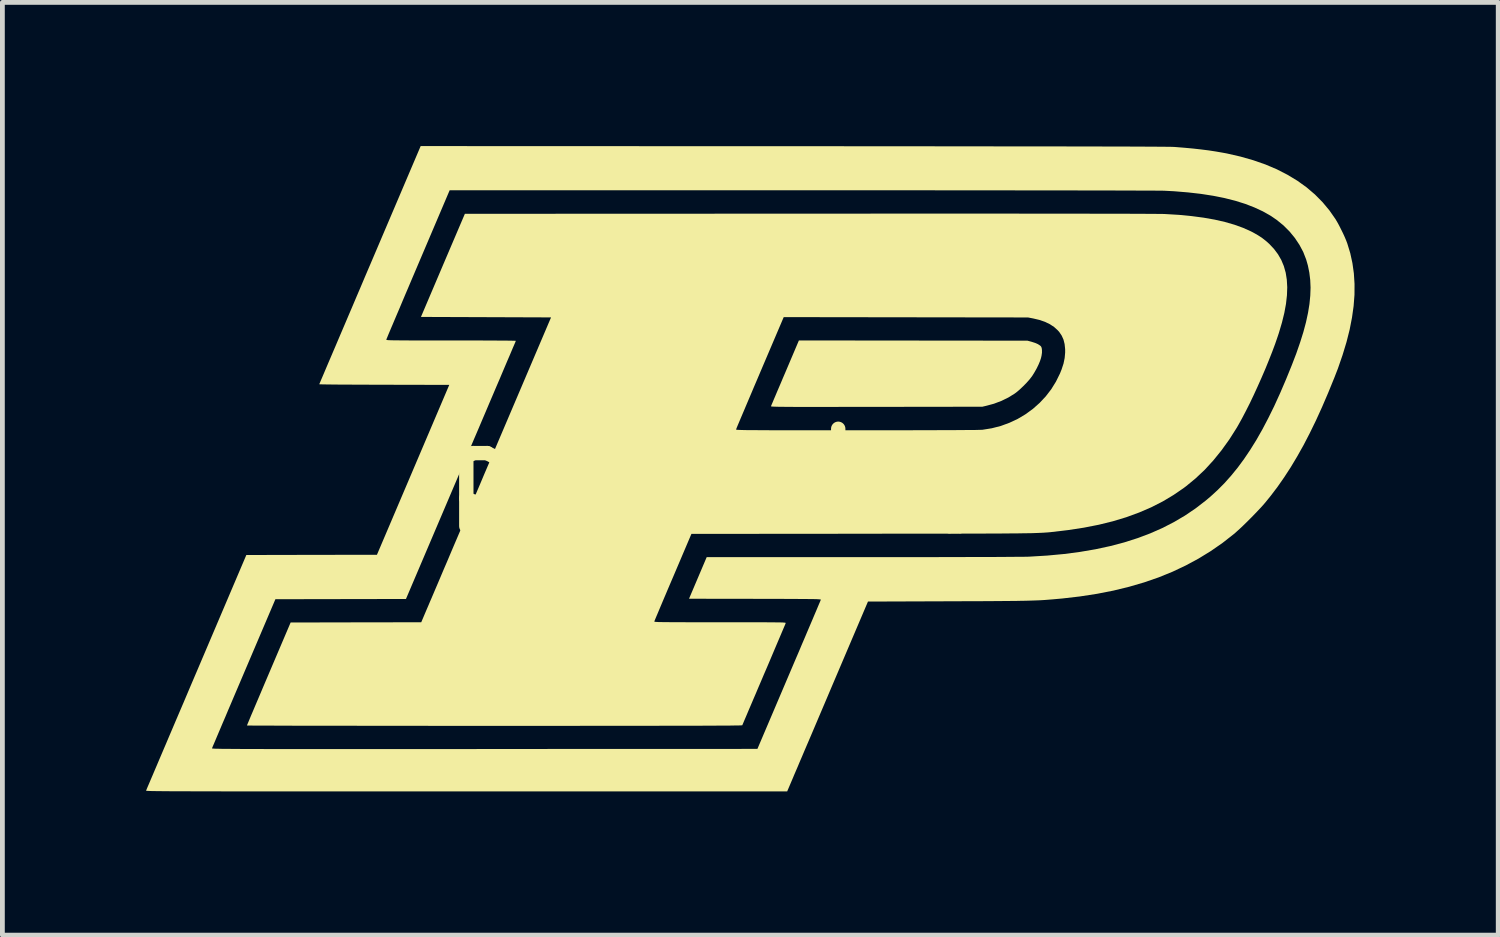
<source format=kicad_pcb>
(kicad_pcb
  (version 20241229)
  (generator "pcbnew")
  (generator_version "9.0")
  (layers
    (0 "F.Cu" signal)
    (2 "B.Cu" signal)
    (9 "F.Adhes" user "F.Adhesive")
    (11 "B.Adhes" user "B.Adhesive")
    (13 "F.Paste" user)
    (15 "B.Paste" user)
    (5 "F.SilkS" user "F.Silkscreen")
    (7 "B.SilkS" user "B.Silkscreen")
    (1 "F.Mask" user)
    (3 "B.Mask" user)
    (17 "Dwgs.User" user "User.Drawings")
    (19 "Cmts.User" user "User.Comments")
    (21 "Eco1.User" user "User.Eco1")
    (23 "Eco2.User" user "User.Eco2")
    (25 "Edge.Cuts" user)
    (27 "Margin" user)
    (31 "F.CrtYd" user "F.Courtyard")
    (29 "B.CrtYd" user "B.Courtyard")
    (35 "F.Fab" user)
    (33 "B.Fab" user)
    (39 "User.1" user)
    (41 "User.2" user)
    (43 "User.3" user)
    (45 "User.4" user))
  (footprint "purduelogo"
    (layer "F.Cu")
    (at 12.673 6.737)
    (property "Reference" "purduelogo" (at 0 0 0) (layer "F.SilkS") (effects (font (size 1.524 1.524) (thickness 0.3))))
    (attr board_only exclude_from_pos_files exclude_from_bom)
    (fp_poly (pts (xy 5.73 -2.674) (xy 5.812 -2.652) (xy 5.887 -2.628) (xy 5.947 -2.602) (xy 5.992 -2.573) (xy 6.012 -2.554) (xy 6.026 -2.523) (xy 6.032 -2.478) (xy 6.032 -2.422) (xy 6.023 -2.36) (xy 6.012 -2.312) (xy 5.991 -2.248) (xy 5.96 -2.174) (xy 5.922 -2.096) (xy 5.879 -2.019) (xy 5.835 -1.948) (xy 5.823 -1.93) (xy 5.772 -1.864) (xy 5.708 -1.792) (xy 5.638 -1.721) (xy 5.566 -1.653) (xy 5.496 -1.594) (xy 5.462 -1.569) (xy 5.331 -1.488) (xy 5.186 -1.417) (xy 5.03 -1.358) (xy 4.879 -1.317) (xy 4.787 -1.295) (xy 2.577 -1.292) (xy 2.331 -1.292) (xy 2.103 -1.292) (xy 1.894 -1.292) (xy 1.702 -1.291) (xy 1.527 -1.291) (xy 1.368 -1.291) (xy 1.224 -1.291) (xy 1.095 -1.291) (xy 0.979 -1.291) (xy 0.877 -1.291) (xy 0.786 -1.292) (xy 0.708 -1.292) (xy 0.639 -1.293) (xy 0.581 -1.293) (xy 0.532 -1.294) (xy 0.491 -1.295) (xy 0.458 -1.296) (xy 0.431 -1.297) (xy 0.411 -1.298) (xy 0.396 -1.299) (xy 0.386 -1.3) (xy 0.379 -1.302) (xy 0.376 -1.304) (xy 0.374 -1.306) (xy 0.375 -1.308) (xy 0.375 -1.308) (xy 0.38 -1.32) (xy 0.392 -1.349) (xy 0.411 -1.393) (xy 0.435 -1.451) (xy 0.465 -1.521) (xy 0.499 -1.602) (xy 0.538 -1.693) (xy 0.58 -1.791) (xy 0.624 -1.896) (xy 0.67 -2.003) (xy 0.957 -2.679)) (stroke (width 0) (type solid)) (fill yes) (layer "F.SilkS"))
    (fp_poly (pts (xy 4.722 -5.327) (xy 5.079 -5.327) (xy 5.419 -5.327) (xy 5.74 -5.326) (xy 6.043 -5.326) (xy 6.328 -5.326) (xy 6.596 -5.326) (xy 6.846 -5.326) (xy 7.079 -5.325) (xy 7.295 -5.325) (xy 7.494 -5.325) (xy 7.676 -5.324) (xy 7.841 -5.324) (xy 7.99 -5.323) (xy 8.122 -5.323) (xy 8.239 -5.322) (xy 8.339 -5.322) (xy 8.424 -5.321) (xy 8.493 -5.32) (xy 8.547 -5.32) (xy 8.585 -5.319) (xy 8.607 -5.318) (xy 8.892 -5.301) (xy 9.159 -5.275) (xy 9.408 -5.242) (xy 9.64 -5.201) (xy 9.854 -5.152) (xy 10.051 -5.095) (xy 10.231 -5.03) (xy 10.394 -4.957) (xy 10.437 -4.935) (xy 10.541 -4.876) (xy 10.632 -4.816) (xy 10.717 -4.749) (xy 10.779 -4.693) (xy 10.877 -4.589) (xy 10.96 -4.478) (xy 11.029 -4.358) (xy 11.082 -4.231) (xy 11.121 -4.093) (xy 11.144 -3.947) (xy 11.153 -3.79) (xy 11.147 -3.622) (xy 11.127 -3.443) (xy 11.092 -3.253) (xy 11.042 -3.05) (xy 10.978 -2.834) (xy 10.957 -2.771) (xy 10.902 -2.611) (xy 10.839 -2.442) (xy 10.769 -2.265) (xy 10.695 -2.083) (xy 10.616 -1.9) (xy 10.535 -1.718) (xy 10.453 -1.539) (xy 10.371 -1.367) (xy 10.289 -1.205) (xy 10.21 -1.054) (xy 10.135 -0.919) (xy 10.1 -0.858) (xy 9.944 -0.612) (xy 9.78 -0.384) (xy 9.609 -0.173) (xy 9.43 0.022) (xy 9.241 0.2) (xy 9.042 0.364) (xy 8.994 0.4) (xy 8.78 0.547) (xy 8.554 0.682) (xy 8.315 0.804) (xy 8.062 0.913) (xy 7.795 1.011) (xy 7.514 1.096) (xy 7.218 1.169) (xy 6.907 1.23) (xy 6.581 1.28) (xy 6.424 1.299) (xy 6.383 1.304) (xy 6.345 1.308) (xy 6.309 1.313) (xy 6.275 1.317) (xy 6.241 1.32) (xy 6.208 1.324) (xy 6.174 1.327) (xy 6.14 1.33) (xy 6.104 1.332) (xy 6.065 1.335) (xy 6.023 1.337) (xy 5.978 1.339) (xy 5.928 1.341) (xy 5.873 1.343) (xy 5.813 1.345) (xy 5.746 1.346) (xy 5.672 1.347) (xy 5.59 1.348) (xy 5.5 1.35) (xy 5.401 1.35) (xy 5.293 1.351) (xy 5.174 1.352) (xy 5.044 1.353) (xy 4.902 1.353) (xy 4.748 1.354) (xy 4.581 1.354) (xy 4.401 1.354) (xy 4.206 1.355) (xy 3.996 1.355) (xy 3.77 1.355) (xy 3.528 1.356) (xy 3.27 1.356) (xy 2.993 1.356) (xy 2.698 1.356) (xy 2.384 1.357) (xy 2.281 1.357) (xy -1.287 1.36) (xy -1.671 2.263) (xy -1.726 2.391) (xy -1.778 2.513) (xy -1.827 2.629) (xy -1.873 2.737) (xy -1.915 2.837) (xy -1.953 2.927) (xy -1.986 3.006) (xy -2.014 3.072) (xy -2.036 3.124) (xy -2.051 3.161) (xy -2.06 3.182) (xy -2.061 3.186) (xy -2.061 3.189) (xy -2.06 3.191) (xy -2.057 3.193) (xy -2.05 3.195) (xy -2.038 3.197) (xy -2.021 3.198) (xy -1.998 3.199) (xy -1.968 3.201) (xy -1.929 3.201) (xy -1.881 3.202) (xy -1.823 3.203) (xy -1.754 3.203) (xy -1.672 3.204) (xy -1.578 3.204) (xy -1.469 3.204) (xy -1.346 3.205) (xy -1.206 3.205) (xy -1.049 3.205) (xy -0.875 3.205) (xy -0.69 3.205) (xy -0.497 3.205) (xy -0.323 3.205) (xy -0.166 3.205) (xy -0.027 3.205) (xy 0.096 3.205) (xy 0.204 3.205) (xy 0.298 3.206) (xy 0.379 3.206) (xy 0.448 3.207) (xy 0.506 3.208) (xy 0.553 3.208) (xy 0.592 3.209) (xy 0.622 3.21) (xy 0.644 3.212) (xy 0.661 3.213) (xy 0.672 3.215) (xy 0.678 3.217) (xy 0.681 3.219) (xy 0.682 3.221) (xy 0.682 3.222) (xy 0.677 3.233) (xy 0.666 3.262) (xy 0.647 3.306) (xy 0.622 3.365) (xy 0.591 3.438) (xy 0.555 3.523) (xy 0.514 3.619) (xy 0.469 3.725) (xy 0.42 3.841) (xy 0.368 3.964) (xy 0.313 4.094) (xy 0.255 4.229) (xy 0.228 4.291) (xy 0.17 4.428) (xy 0.113 4.561) (xy 0.06 4.687) (xy 0.009 4.805) (xy -0.038 4.916) (xy -0.081 5.016) (xy -0.119 5.106) (xy -0.152 5.184) (xy -0.18 5.249) (xy -0.201 5.299) (xy -0.216 5.334) (xy -0.224 5.353) (xy -0.225 5.355) (xy -0.229 5.356) (xy -0.24 5.357) (xy -0.258 5.358) (xy -0.285 5.359) (xy -0.32 5.36) (xy -0.364 5.36) (xy -0.417 5.361) (xy -0.479 5.362) (xy -0.552 5.362) (xy -0.636 5.363) (xy -0.73 5.363) (xy -0.836 5.364) (xy -0.954 5.364) (xy -1.084 5.365) (xy -1.227 5.365) (xy -1.383 5.366) (xy -1.552 5.366) (xy -1.736 5.366) (xy -1.934 5.366) (xy -2.147 5.367) (xy -2.375 5.367) (xy -2.619 5.367) (xy -2.879 5.367) (xy -3.156 5.367) (xy -3.45 5.367) (xy -3.761 5.368) (xy -4.09 5.368) (xy -4.438 5.368) (xy -4.804 5.368) (xy -5.189 5.368) (xy -5.399 5.368) (xy -5.718 5.368) (xy -6.032 5.368) (xy -6.341 5.368) (xy -6.643 5.368) (xy -6.939 5.367) (xy -7.228 5.367) (xy -7.508 5.367) (xy -7.78 5.367) (xy -8.043 5.367) (xy -8.297 5.366) (xy -8.54 5.366) (xy -8.772 5.366) (xy -8.993 5.366) (xy -9.202 5.365) (xy -9.399 5.365) (xy -9.582 5.365) (xy -9.752 5.364) (xy -9.907 5.364) (xy -10.047 5.363) (xy -10.172 5.363) (xy -10.281 5.362) (xy -10.373 5.362) (xy -10.448 5.362) (xy -10.505 5.361) (xy -10.544 5.361) (xy -10.564 5.36) (xy -10.567 5.36) (xy -10.563 5.35) (xy -10.552 5.323) (xy -10.534 5.28) (xy -10.51 5.222) (xy -10.48 5.15) (xy -10.444 5.066) (xy -10.404 4.971) (xy -10.359 4.865) (xy -10.31 4.75) (xy -10.258 4.627) (xy -10.203 4.497) (xy -10.145 4.361) (xy -10.111 4.281) (xy -9.655 3.21) (xy -8.292 3.207) (xy -6.928 3.205) (xy -6.813 2.934) (xy -6.8 2.904) (xy -6.779 2.855) (xy -6.752 2.791) (xy -6.717 2.71) (xy -6.676 2.614) (xy -6.629 2.503) (xy -6.576 2.379) (xy -6.518 2.242) (xy -6.455 2.093) (xy -6.386 1.933) (xy -6.314 1.762) (xy -6.237 1.581) (xy -6.156 1.392) (xy -6.072 1.194) (xy -5.984 0.989) (xy -5.894 0.777) (xy -5.801 0.559) (xy -5.706 0.336) (xy -5.61 0.108) (xy -5.511 -0.123) (xy -5.458 -0.248) (xy -5.214 -0.821) (xy -0.355 -0.821) (xy -0.354 -0.819) (xy -0.352 -0.818) (xy -0.347 -0.816) (xy -0.34 -0.814) (xy -0.329 -0.813) (xy -0.313 -0.812) (xy -0.292 -0.811) (xy -0.265 -0.81) (xy -0.231 -0.809) (xy -0.19 -0.808) (xy -0.141 -0.807) (xy -0.084 -0.807) (xy -0.016 -0.806) (xy 0.061 -0.806) (xy 0.15 -0.805) (xy 0.25 -0.805) (xy 0.362 -0.804) (xy 0.487 -0.804) (xy 0.627 -0.804) (xy 0.781 -0.804) (xy 0.95 -0.804) (xy 1.135 -0.804) (xy 1.336 -0.804) (xy 1.555 -0.804) (xy 1.792 -0.804) (xy 2.048 -0.804) (xy 2.167 -0.804) (xy 2.475 -0.804) (xy 2.763 -0.804) (xy 3.032 -0.804) (xy 3.281 -0.804) (xy 3.511 -0.805) (xy 3.721 -0.805) (xy 3.913 -0.806) (xy 4.085 -0.806) (xy 4.238 -0.807) (xy 4.372 -0.808) (xy 4.488 -0.809) (xy 4.585 -0.809) (xy 4.663 -0.81) (xy 4.723 -0.812) (xy 4.765 -0.813) (xy 4.788 -0.814) (xy 4.79 -0.814) (xy 4.983 -0.845) (xy 5.171 -0.893) (xy 5.351 -0.959) (xy 5.524 -1.04) (xy 5.687 -1.137) (xy 5.84 -1.248) (xy 5.981 -1.373) (xy 6.11 -1.51) (xy 6.225 -1.659) (xy 6.324 -1.819) (xy 6.408 -1.989) (xy 6.442 -2.074) (xy 6.482 -2.196) (xy 6.506 -2.312) (xy 6.516 -2.425) (xy 6.516 -2.495) (xy 6.505 -2.602) (xy 6.482 -2.695) (xy 6.445 -2.778) (xy 6.394 -2.854) (xy 6.361 -2.891) (xy 6.285 -2.96) (xy 6.197 -3.018) (xy 6.096 -3.067) (xy 5.98 -3.107) (xy 5.849 -3.138) (xy 5.74 -3.159) (xy 0.64 -3.166) (xy 0.145 -2.004) (xy 0.084 -1.86) (xy 0.024 -1.72) (xy -0.032 -1.587) (xy -0.086 -1.46) (xy -0.136 -1.342) (xy -0.182 -1.233) (xy -0.224 -1.134) (xy -0.261 -1.047) (xy -0.292 -0.973) (xy -0.318 -0.912) (xy -0.337 -0.866) (xy -0.349 -0.836) (xy -0.354 -0.823) (xy -0.354 -0.823) (xy -0.355 -0.821) (xy -5.214 -0.821) (xy -4.218 -3.16) (xy -5.576 -3.165) (xy -6.934 -3.17) (xy -6.476 -4.247) (xy -6.017 -5.323) (xy 1.181 -5.326) (xy 1.691 -5.326) (xy 2.182 -5.326) (xy 2.653 -5.327) (xy 3.105 -5.327) (xy 3.537 -5.327) (xy 3.951 -5.327) (xy 4.346 -5.327)) (stroke (width 0) (type solid)) (fill yes) (layer "F.SilkS"))
    (fp_poly (pts (xy 0.848 -6.734) (xy 1.35 -6.734) (xy 1.832 -6.734) (xy 2.295 -6.733) (xy 2.74 -6.733) (xy 3.165 -6.733) (xy 3.572 -6.733) (xy 3.961 -6.732) (xy 4.333 -6.732) (xy 4.687 -6.732) (xy 5.024 -6.731) (xy 5.344 -6.731) (xy 5.648 -6.731) (xy 5.936 -6.73) (xy 6.208 -6.73) (xy 6.464 -6.73) (xy 6.705 -6.729) (xy 6.931 -6.729) (xy 7.143 -6.729) (xy 7.34 -6.728) (xy 7.523 -6.728) (xy 7.692 -6.727) (xy 7.849 -6.727) (xy 7.992 -6.726) (xy 8.122 -6.726) (xy 8.24 -6.725) (xy 8.345 -6.725) (xy 8.439 -6.724) (xy 8.521 -6.723) (xy 8.592 -6.723) (xy 8.653 -6.722) (xy 8.702 -6.722) (xy 8.741 -6.721) (xy 8.77 -6.72) (xy 8.79 -6.719) (xy 8.796 -6.719) (xy 8.997 -6.703) (xy 9.182 -6.686) (xy 9.352 -6.667) (xy 9.511 -6.647) (xy 9.661 -6.624) (xy 9.805 -6.599) (xy 9.892 -6.583) (xy 10.176 -6.518) (xy 10.445 -6.441) (xy 10.698 -6.353) (xy 10.936 -6.252) (xy 11.158 -6.138) (xy 11.365 -6.013) (xy 11.556 -5.876) (xy 11.732 -5.726) (xy 11.891 -5.565) (xy 12.035 -5.392) (xy 12.159 -5.214) (xy 12.195 -5.154) (xy 12.235 -5.081) (xy 12.276 -5) (xy 12.317 -4.917) (xy 12.354 -4.836) (xy 12.385 -4.762) (xy 12.407 -4.703) (xy 12.469 -4.5) (xy 12.514 -4.293) (xy 12.544 -4.079) (xy 12.558 -3.859) (xy 12.557 -3.633) (xy 12.539 -3.398) (xy 12.505 -3.156) (xy 12.456 -2.905) (xy 12.39 -2.644) (xy 12.308 -2.374) (xy 12.211 -2.093) (xy 12.136 -1.9) (xy 12.007 -1.584) (xy 11.879 -1.286) (xy 11.751 -1.005) (xy 11.622 -0.741) (xy 11.493 -0.492) (xy 11.361 -0.257) (xy 11.228 -0.035) (xy 11.091 0.176) (xy 10.951 0.377) (xy 10.806 0.568) (xy 10.695 0.705) (xy 10.65 0.757) (xy 10.593 0.82) (xy 10.527 0.89) (xy 10.455 0.965) (xy 10.38 1.041) (xy 10.304 1.117) (xy 10.23 1.189) (xy 10.16 1.255) (xy 10.098 1.311) (xy 10.047 1.357) (xy 10.041 1.361) (xy 9.804 1.547) (xy 9.558 1.718) (xy 9.302 1.875) (xy 9.035 2.019) (xy 8.758 2.15) (xy 8.468 2.268) (xy 8.167 2.372) (xy 7.852 2.464) (xy 7.524 2.544) (xy 7.182 2.611) (xy 6.825 2.666) (xy 6.454 2.709) (xy 6.241 2.728) (xy 6.188 2.732) (xy 6.138 2.736) (xy 6.088 2.74) (xy 6.039 2.743) (xy 5.989 2.746) (xy 5.936 2.748) (xy 5.881 2.75) (xy 5.821 2.752) (xy 5.755 2.754) (xy 5.684 2.756) (xy 5.604 2.757) (xy 5.516 2.759) (xy 5.418 2.76) (xy 5.31 2.761) (xy 5.189 2.762) (xy 5.056 2.763) (xy 4.908 2.764) (xy 4.745 2.765) (xy 4.566 2.765) (xy 4.37 2.766) (xy 4.155 2.767) (xy 4.089 2.767) (xy 2.399 2.773) (xy 1.685 4.45) (xy 1.609 4.629) (xy 1.534 4.806) (xy 1.46 4.98) (xy 1.388 5.149) (xy 1.318 5.314) (xy 1.251 5.472) (xy 1.187 5.622) (xy 1.126 5.764) (xy 1.07 5.895) (xy 1.019 6.016) (xy 0.972 6.125) (xy 0.932 6.221) (xy 0.897 6.302) (xy 0.869 6.367) (xy 0.848 6.416) (xy 0.842 6.432) (xy 0.712 6.737) (xy -5.984 6.737) (xy -6.421 6.737) (xy -6.839 6.737) (xy -7.237 6.737) (xy -7.618 6.737) (xy -7.98 6.737) (xy -8.324 6.737) (xy -8.652 6.737) (xy -8.962 6.737) (xy -9.256 6.737) (xy -9.535 6.737) (xy -9.798 6.737) (xy -10.045 6.736) (xy -10.279 6.736) (xy -10.498 6.736) (xy -10.703 6.736) (xy -10.895 6.736) (xy -11.075 6.736) (xy -11.241 6.735) (xy -11.396 6.735) (xy -11.54 6.735) (xy -11.672 6.735) (xy -11.794 6.734) (xy -11.906 6.734) (xy -12.008 6.734) (xy -12.1 6.733) (xy -12.184 6.733) (xy -12.259 6.732) (xy -12.326 6.732) (xy -12.386 6.731) (xy -12.438 6.731) (xy -12.484 6.73) (xy -12.524 6.729) (xy -12.558 6.729) (xy -12.586 6.728) (xy -12.609 6.727) (xy -12.628 6.726) (xy -12.643 6.725) (xy -12.655 6.725) (xy -12.663 6.724) (xy -12.668 6.723) (xy -12.672 6.722) (xy -12.673 6.72) (xy -12.673 6.72) (xy -12.668 6.709) (xy -12.657 6.681) (xy -12.638 6.636) (xy -12.612 6.576) (xy -12.58 6.5) (xy -12.541 6.409) (xy -12.497 6.305) (xy -12.447 6.188) (xy -12.392 6.058) (xy -12.332 5.917) (xy -12.298 5.837) (xy -11.297 5.837) (xy -11.296 5.838) (xy -11.295 5.839) (xy -11.291 5.84) (xy -11.285 5.841) (xy -11.275 5.842) (xy -11.263 5.843) (xy -11.246 5.844) (xy -11.225 5.845) (xy -11.199 5.846) (xy -11.168 5.846) (xy -11.131 5.847) (xy -11.087 5.848) (xy -11.037 5.848) (xy -10.979 5.849) (xy -10.914 5.849) (xy -10.841 5.85) (xy -10.759 5.85) (xy -10.667 5.851) (xy -10.567 5.851) (xy -10.456 5.851) (xy -10.334 5.851) (xy -10.201 5.852) (xy -10.057 5.852) (xy -9.901 5.852) (xy -9.732 5.852) (xy -9.55 5.852) (xy -9.355 5.852) (xy -9.146 5.852) (xy -8.923 5.852) (xy -8.684 5.852) (xy -8.431 5.852) (xy -8.161 5.852) (xy -7.876 5.852) (xy -7.573 5.852) (xy -7.253 5.852) (xy -6.916 5.852) (xy -6.56 5.852) (xy -6.186 5.852) (xy -5.792 5.852) (xy -5.606 5.851) (xy 0.091 5.849) (xy 0.75 4.301) (xy 0.821 4.134) (xy 0.89 3.972) (xy 0.957 3.816) (xy 1.02 3.666) (xy 1.081 3.524) (xy 1.137 3.391) (xy 1.19 3.267) (xy 1.238 3.154) (xy 1.281 3.052) (xy 1.319 2.963) (xy 1.351 2.887) (xy 1.377 2.825) (xy 1.397 2.779) (xy 1.409 2.749) (xy 1.415 2.736) (xy 1.415 2.736) (xy 1.415 2.734) (xy 1.413 2.731) (xy 1.407 2.729) (xy 1.398 2.728) (xy 1.383 2.726) (xy 1.363 2.725) (xy 1.335 2.723) (xy 1.299 2.722) (xy 1.255 2.721) (xy 1.201 2.721) (xy 1.135 2.72) (xy 1.058 2.719) (xy 0.968 2.719) (xy 0.865 2.718) (xy 0.746 2.718) (xy 0.612 2.717) (xy 0.462 2.717) (xy 0.293 2.717) (xy 0.107 2.716) (xy 0.041 2.716) (xy -1.337 2.714) (xy -0.968 1.845) (xy 2.292 1.845) (xy 2.616 1.845) (xy 2.927 1.845) (xy 3.224 1.845) (xy 3.506 1.845) (xy 3.774 1.845) (xy 4.026 1.844) (xy 4.263 1.844) (xy 4.484 1.843) (xy 4.69 1.843) (xy 4.878 1.842) (xy 5.05 1.842) (xy 5.205 1.841) (xy 5.342 1.84) (xy 5.461 1.839) (xy 5.562 1.839) (xy 5.644 1.838) (xy 5.708 1.837) (xy 5.752 1.836) (xy 5.77 1.835) (xy 6.138 1.813) (xy 6.491 1.78) (xy 6.827 1.736) (xy 7.149 1.681) (xy 7.455 1.615) (xy 7.748 1.538) (xy 8.027 1.449) (xy 8.293 1.349) (xy 8.547 1.237) (xy 8.788 1.113) (xy 9.019 0.977) (xy 9.239 0.828) (xy 9.448 0.667) (xy 9.548 0.583) (xy 9.698 0.446) (xy 9.843 0.3) (xy 9.983 0.143) (xy 10.119 -0.024) (xy 10.251 -0.203) (xy 10.381 -0.396) (xy 10.509 -0.602) (xy 10.634 -0.822) (xy 10.758 -1.058) (xy 10.882 -1.31) (xy 11.005 -1.58) (xy 11.128 -1.867) (xy 11.248 -2.162) (xy 11.342 -2.407) (xy 11.422 -2.638) (xy 11.49 -2.855) (xy 11.545 -3.061) (xy 11.587 -3.256) (xy 11.617 -3.44) (xy 11.634 -3.615) (xy 11.64 -3.782) (xy 11.633 -3.942) (xy 11.614 -4.096) (xy 11.584 -4.244) (xy 11.548 -4.37) (xy 11.487 -4.526) (xy 11.407 -4.676) (xy 11.311 -4.82) (xy 11.2 -4.955) (xy 11.074 -5.081) (xy 10.935 -5.194) (xy 10.805 -5.283) (xy 10.644 -5.374) (xy 10.467 -5.456) (xy 10.276 -5.53) (xy 10.069 -5.595) (xy 9.847 -5.651) (xy 9.608 -5.699) (xy 9.352 -5.739) (xy 9.08 -5.77) (xy 8.79 -5.794) (xy 8.602 -5.804) (xy 8.577 -5.805) (xy 8.533 -5.806) (xy 8.469 -5.806) (xy 8.385 -5.807) (xy 8.282 -5.807) (xy 8.16 -5.808) (xy 8.019 -5.808) (xy 7.859 -5.809) (xy 7.68 -5.809) (xy 7.483 -5.81) (xy 7.266 -5.81) (xy 7.032 -5.811) (xy 6.779 -5.811) (xy 6.508 -5.812) (xy 6.219 -5.812) (xy 5.912 -5.812) (xy 5.588 -5.812) (xy 5.245 -5.813) (xy 4.886 -5.813) (xy 4.508 -5.813) (xy 4.114 -5.813) (xy 3.703 -5.814) (xy 3.274 -5.814) (xy 2.829 -5.814) (xy 2.367 -5.814) (xy 1.888 -5.814) (xy 1.393 -5.814) (xy 1.027 -5.814) (xy -6.335 -5.814) (xy -6.994 -4.265) (xy -7.065 -4.098) (xy -7.134 -3.936) (xy -7.2 -3.78) (xy -7.264 -3.63) (xy -7.324 -3.488) (xy -7.38 -3.354) (xy -7.433 -3.23) (xy -7.481 -3.117) (xy -7.524 -3.015) (xy -7.562 -2.926) (xy -7.594 -2.85) (xy -7.62 -2.788) (xy -7.639 -2.741) (xy -7.652 -2.711) (xy -7.657 -2.698) (xy -7.657 -2.698) (xy -7.657 -2.695) (xy -7.656 -2.693) (xy -7.653 -2.691) (xy -7.646 -2.689) (xy -7.634 -2.687) (xy -7.617 -2.685) (xy -7.594 -2.684) (xy -7.564 -2.683) (xy -7.525 -2.682) (xy -7.477 -2.681) (xy -7.419 -2.681) (xy -7.349 -2.68) (xy -7.267 -2.68) (xy -7.172 -2.679) (xy -7.063 -2.679) (xy -6.939 -2.679) (xy -6.799 -2.679) (xy -6.641 -2.679) (xy -6.466 -2.679) (xy -6.306 -2.679) (xy -6.136 -2.679) (xy -5.974 -2.679) (xy -5.82 -2.678) (xy -5.675 -2.678) (xy -5.541 -2.677) (xy -5.417 -2.677) (xy -5.306 -2.676) (xy -5.208 -2.675) (xy -5.124 -2.675) (xy -5.056 -2.674) (xy -5.004 -2.673) (xy -4.97 -2.672) (xy -4.954 -2.671) (xy -4.953 -2.67) (xy -4.957 -2.661) (xy -4.968 -2.633) (xy -4.987 -2.589) (xy -5.013 -2.529) (xy -5.045 -2.453) (xy -5.083 -2.363) (xy -5.128 -2.259) (xy -5.178 -2.141) (xy -5.233 -2.011) (xy -5.293 -1.869) (xy -5.359 -1.716) (xy -5.428 -1.553) (xy -5.502 -1.38) (xy -5.579 -1.198) (xy -5.66 -1.008) (xy -5.744 -0.81) (xy -5.832 -0.605) (xy -5.921 -0.395) (xy -6.013 -0.179) (xy -6.101 0.028) (xy -7.247 2.719) (xy -9.973 2.724) (xy -10.632 4.271) (xy -10.703 4.438) (xy -10.772 4.6) (xy -10.839 4.757) (xy -10.902 4.906) (xy -10.963 5.048) (xy -11.019 5.182) (xy -11.072 5.305) (xy -11.12 5.419) (xy -11.163 5.52) (xy -11.201 5.61) (xy -11.233 5.686) (xy -11.259 5.747) (xy -11.279 5.793) (xy -11.291 5.823) (xy -11.297 5.836) (xy -11.297 5.837) (xy -12.298 5.837) (xy -12.267 5.765) (xy -12.199 5.604) (xy -12.126 5.433) (xy -12.05 5.254) (xy -11.97 5.067) (xy -11.887 4.873) (xy -11.802 4.672) (xy -11.715 4.467) (xy -11.625 4.256) (xy -11.623 4.252) (xy -10.58 1.801) (xy -9.216 1.798) (xy -7.853 1.796) (xy -6.343 -1.751) (xy -7.702 -1.754) (xy -7.87 -1.754) (xy -8.032 -1.755) (xy -8.186 -1.755) (xy -8.331 -1.756) (xy -8.465 -1.757) (xy -8.589 -1.757) (xy -8.7 -1.758) (xy -8.799 -1.759) (xy -8.883 -1.76) (xy -8.951 -1.761) (xy -9.004 -1.762) (xy -9.039 -1.763) (xy -9.056 -1.764) (xy -9.057 -1.765) (xy -9.053 -1.775) (xy -9.041 -1.802) (xy -9.023 -1.846) (xy -8.997 -1.906) (xy -8.965 -1.981) (xy -8.927 -2.071) (xy -8.883 -2.175) (xy -8.833 -2.292) (xy -8.778 -2.421) (xy -8.718 -2.561) (xy -8.654 -2.712) (xy -8.585 -2.874) (xy -8.512 -3.045) (xy -8.436 -3.224) (xy -8.356 -3.411) (xy -8.274 -3.605) (xy -8.188 -3.806) (xy -8.101 -4.012) (xy -8.011 -4.223) (xy -7.997 -4.255) (xy -6.94 -6.737)) (stroke (width 0) (type solid)) (fill yes) (layer "F.SilkS")))
  (gr_rect
    (start -3 -3)
    (end 28.231 16.474)
    (stroke (width 0.1) (type default))
    (fill no)
    (layer "Edge.Cuts")))
</source>
